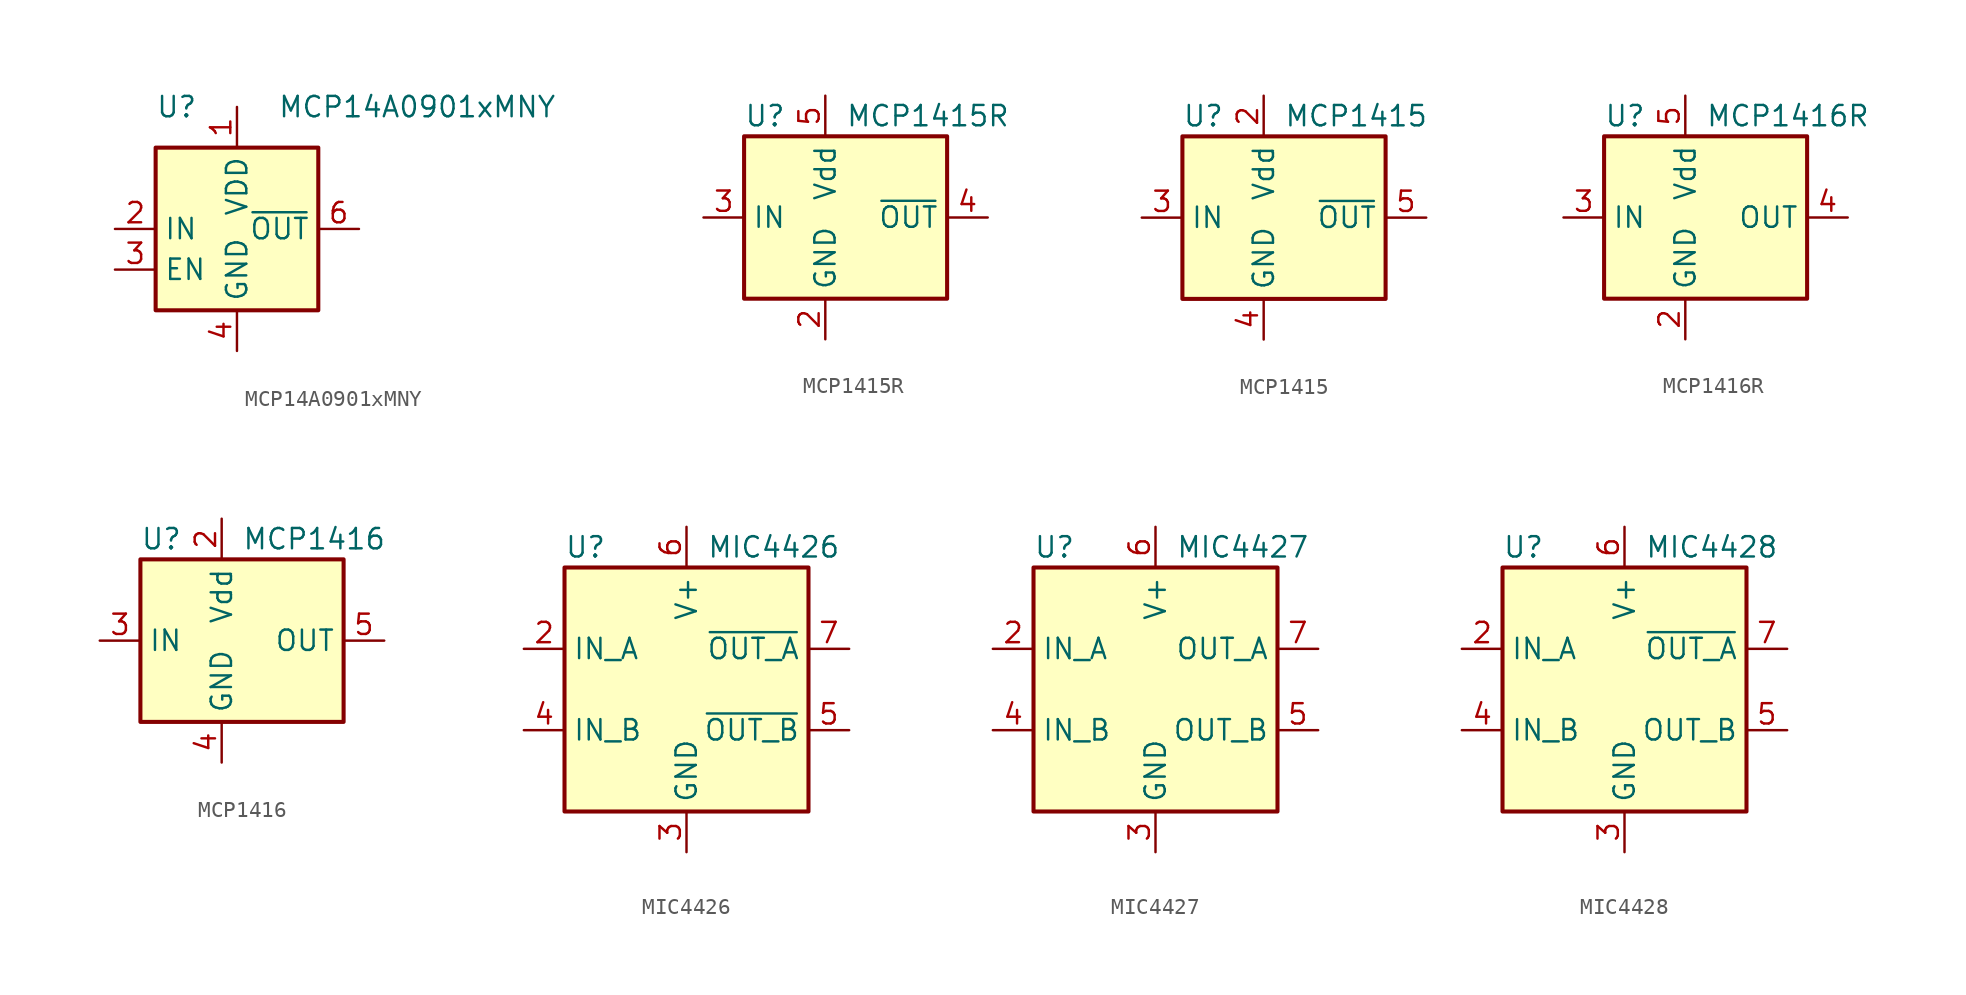
<source format=kicad_sym>
(kicad_symbol_lib
  (version 20201005)
  (generator kicad_symbol_editor)
  (symbol "Driver_FET:MCP14A0901xMNY"
    (property "Reference" "U"
      (at -5.08 7.62 0)
      (effects (font (size 1.27 1.27)) (justify left)))
    (property "Value" "MCP14A0901xMNY"
      (at 2.54 7.62 0)
      (effects (font (size 1.27 1.27)) (justify left)))
    (symbol "MCP14A0901xMNY_0_1"
      (rectangle (start -5.08 -5.08) (end 5.08 5.08) (stroke (width 0.254)) (fill (type background))))
    (symbol "MCP14A0901xMNY_1_1"
      (pin power_in line (at 0 7.62 270) (length 2.54) (name "VDD" (effects (font (size 1.27 1.27)))) (number "1" (effects (font (size 1.27 1.27)))))
      (pin input line (at -7.62 0 0) (length 2.54) (name "IN" (effects (font (size 1.27 1.27)))) (number "2" (effects (font (size 1.27 1.27)))))
      (pin input line (at -7.62 -2.54 0) (length 2.54) (name "EN" (effects (font (size 1.27 1.27)))) (number "3" (effects (font (size 1.27 1.27)))))
      (pin power_in line (at 0 -7.62 90) (length 2.54) (name "GND" (effects (font (size 1.27 1.27)))) (number "4" (effects (font (size 1.27 1.27)))))
      (pin passive line (at 0 -7.62 90) (length 2.54) hide (name "GND" (effects (font (size 1.27 1.27)))) (number "5" (effects (font (size 1.27 1.27)))))
      (pin output line (at 7.62 0 180) (length 2.54) (name "~OUT" (effects (font (size 1.27 1.27)))) (number "6" (effects (font (size 1.27 1.27)))))
      (pin passive line (at 7.62 0 180) (length 2.54) hide (name "~OUT" (effects (font (size 1.27 1.27)))) (number "7" (effects (font (size 1.27 1.27)))))
      (pin passive line (at 0 7.62 270) (length 2.54) hide (name "VDD" (effects (font (size 1.27 1.27)))) (number "8" (effects (font (size 1.27 1.27)))))
      (pin passive line (at 0 -7.62 90) (length 2.54) hide (name "GND" (effects (font (size 1.27 1.27)))) (number "9" (effects (font (size 1.27 1.27)))))))
  (symbol "Driver_FET:MCP1415R"
    (property "Reference" "U"
      (at -5.08 6.35 0)
      (effects (font (size 1.27 1.27)) (justify left)))
    (property "Value" "MCP1415R"
      (at 1.27 6.35 0)
      (effects (font (size 1.27 1.27)) (justify left)))
    (symbol "MCP1415R_0_1"
      (rectangle (start -5.08 5.08) (end 7.62 -5.08) (stroke (width 0.254)) (fill (type background))))
    (symbol "MCP1415R_1_1"
      (pin no_connect line (at 7.62 -2.54 180) (length 2.54) hide (name "NC" (effects (font (size 1.27 1.27)))) (number "1" (effects (font (size 1.27 1.27)))))
      (pin power_in line (at 0 -7.62 90) (length 2.54) (name "GND" (effects (font (size 1.27 1.27)))) (number "2" (effects (font (size 1.27 1.27)))))
      (pin input line (at -7.62 0 0) (length 2.54) (name "IN" (effects (font (size 1.27 1.27)))) (number "3" (effects (font (size 1.27 1.27)))))
      (pin output line (at 10.16 0 180) (length 2.54) (name "~OUT" (effects (font (size 1.27 1.27)))) (number "4" (effects (font (size 1.27 1.27)))))
      (pin power_in line (at 0 7.62 270) (length 2.54) (name "Vdd" (effects (font (size 1.27 1.27)))) (number "5" (effects (font (size 1.27 1.27)))))))
  (symbol "Driver_FET:MCP1415"
    (property "Reference" "U"
      (at -5.08 6.35 0)
      (effects (font (size 1.27 1.27)) (justify left)))
    (property "Value" "MCP1415"
      (at 1.27 6.35 0)
      (effects (font (size 1.27 1.27)) (justify left)))
    (symbol "MCP1415_0_1"
      (rectangle (start -5.08 5.08) (end 7.62 -5.08) (stroke (width 0.254)) (fill (type background))))
    (symbol "MCP1415_1_1"
      (pin no_connect line (at 7.62 -2.54 180) (length 2.54) hide (name "NC" (effects (font (size 1.27 1.27)))) (number "1" (effects (font (size 1.27 1.27)))))
      (pin power_in line (at 0 7.62 270) (length 2.54) (name "Vdd" (effects (font (size 1.27 1.27)))) (number "2" (effects (font (size 1.27 1.27)))))
      (pin input line (at -7.62 0 0) (length 2.54) (name "IN" (effects (font (size 1.27 1.27)))) (number "3" (effects (font (size 1.27 1.27)))))
      (pin power_in line (at 0 -7.62 90) (length 2.54) (name "GND" (effects (font (size 1.27 1.27)))) (number "4" (effects (font (size 1.27 1.27)))))
      (pin output line (at 10.16 0 180) (length 2.54) (name "~OUT" (effects (font (size 1.27 1.27)))) (number "5" (effects (font (size 1.27 1.27)))))))
  (symbol "Driver_FET:MCP1416R"
    (property "Reference" "U"
      (at -5.08 6.35 0)
      (effects (font (size 1.27 1.27)) (justify left)))
    (property "Value" "MCP1416R"
      (at 1.27 6.35 0)
      (effects (font (size 1.27 1.27)) (justify left)))
    (symbol "MCP1416R_0_1"
      (rectangle (start -5.08 5.08) (end 7.62 -5.08) (stroke (width 0.254)) (fill (type background))))
    (symbol "MCP1416R_1_1"
      (pin no_connect line (at 7.62 -2.54 180) (length 2.54) hide (name "NC" (effects (font (size 1.27 1.27)))) (number "1" (effects (font (size 1.27 1.27)))))
      (pin power_in line (at 0 -7.62 90) (length 2.54) (name "GND" (effects (font (size 1.27 1.27)))) (number "2" (effects (font (size 1.27 1.27)))))
      (pin input line (at -7.62 0 0) (length 2.54) (name "IN" (effects (font (size 1.27 1.27)))) (number "3" (effects (font (size 1.27 1.27)))))
      (pin output line (at 10.16 0 180) (length 2.54) (name "OUT" (effects (font (size 1.27 1.27)))) (number "4" (effects (font (size 1.27 1.27)))))
      (pin power_in line (at 0 7.62 270) (length 2.54) (name "Vdd" (effects (font (size 1.27 1.27)))) (number "5" (effects (font (size 1.27 1.27)))))))
  (symbol "Driver_FET:MCP1416"
    (property "Reference" "U"
      (at -5.08 6.35 0)
      (effects (font (size 1.27 1.27)) (justify left)))
    (property "Value" "MCP1416"
      (at 1.27 6.35 0)
      (effects (font (size 1.27 1.27)) (justify left)))
    (symbol "MCP1416_0_1"
      (rectangle (start -5.08 5.08) (end 7.62 -5.08) (stroke (width 0.254)) (fill (type background))))
    (symbol "MCP1416_1_1"
      (pin no_connect line (at 7.62 -2.54 180) (length 2.54) hide (name "NC" (effects (font (size 1.27 1.27)))) (number "1" (effects (font (size 1.27 1.27)))))
      (pin power_in line (at 0 7.62 270) (length 2.54) (name "Vdd" (effects (font (size 1.27 1.27)))) (number "2" (effects (font (size 1.27 1.27)))))
      (pin input line (at -7.62 0 0) (length 2.54) (name "IN" (effects (font (size 1.27 1.27)))) (number "3" (effects (font (size 1.27 1.27)))))
      (pin power_in line (at 0 -7.62 90) (length 2.54) (name "GND" (effects (font (size 1.27 1.27)))) (number "4" (effects (font (size 1.27 1.27)))))
      (pin output line (at 10.16 0 180) (length 2.54) (name "OUT" (effects (font (size 1.27 1.27)))) (number "5" (effects (font (size 1.27 1.27)))))))
  (symbol "Driver_FET:MIC4426"
    (property "Reference" "U"
      (at -7.62 8.89 0)
      (effects (font (size 1.27 1.27)) (justify left)))
    (property "Value" "MIC4426"
      (at 1.27 8.89 0)
      (effects (font (size 1.27 1.27)) (justify left)))
    (symbol "MIC4426_0_1"
      (rectangle (start -7.62 -7.62) (end 7.62 7.62) (stroke (width 0.254)) (fill (type background))))
    (symbol "MIC4426_1_1"
      (pin no_connect line (at -7.62 0 0) (length 2.54) hide (name "NC" (effects (font (size 1.27 1.27)))) (number "1" (effects (font (size 1.27 1.27)))))
      (pin input line (at -10.16 2.54 0) (length 2.54) (name "IN_A" (effects (font (size 1.27 1.27)))) (number "2" (effects (font (size 1.27 1.27)))))
      (pin power_in line (at 0 -10.16 90) (length 2.54) (name "GND" (effects (font (size 1.27 1.27)))) (number "3" (effects (font (size 1.27 1.27)))))
      (pin input line (at -10.16 -2.54 0) (length 2.54) (name "IN_B" (effects (font (size 1.27 1.27)))) (number "4" (effects (font (size 1.27 1.27)))))
      (pin output line (at 10.16 -2.54 180) (length 2.54) (name "~OUT_B" (effects (font (size 1.27 1.27)))) (number "5" (effects (font (size 1.27 1.27)))))
      (pin power_in line (at 0 10.16 270) (length 2.54) (name "V+" (effects (font (size 1.27 1.27)))) (number "6" (effects (font (size 1.27 1.27)))))
      (pin output line (at 10.16 2.54 180) (length 2.54) (name "~OUT_A" (effects (font (size 1.27 1.27)))) (number "7" (effects (font (size 1.27 1.27)))))
      (pin no_connect line (at 7.62 0 180) (length 2.54) hide (name "NC" (effects (font (size 1.27 1.27)))) (number "8" (effects (font (size 1.27 1.27)))))))
  (symbol "Driver_FET:MIC4427"
    (property "Reference" "U"
      (at -7.62 8.89 0)
      (effects (font (size 1.27 1.27)) (justify left)))
    (property "Value" "MIC4427"
      (at 1.27 8.89 0)
      (effects (font (size 1.27 1.27)) (justify left)))
    (symbol "MIC4427_0_1"
      (rectangle (start -7.62 -7.62) (end 7.62 7.62) (stroke (width 0.254)) (fill (type background))))
    (symbol "MIC4427_1_1"
      (pin no_connect line (at -7.62 0 0) (length 2.54) hide (name "NC" (effects (font (size 1.27 1.27)))) (number "1" (effects (font (size 1.27 1.27)))))
      (pin input line (at -10.16 2.54 0) (length 2.54) (name "IN_A" (effects (font (size 1.27 1.27)))) (number "2" (effects (font (size 1.27 1.27)))))
      (pin power_in line (at 0 -10.16 90) (length 2.54) (name "GND" (effects (font (size 1.27 1.27)))) (number "3" (effects (font (size 1.27 1.27)))))
      (pin input line (at -10.16 -2.54 0) (length 2.54) (name "IN_B" (effects (font (size 1.27 1.27)))) (number "4" (effects (font (size 1.27 1.27)))))
      (pin output line (at 10.16 -2.54 180) (length 2.54) (name "OUT_B" (effects (font (size 1.27 1.27)))) (number "5" (effects (font (size 1.27 1.27)))))
      (pin power_in line (at 0 10.16 270) (length 2.54) (name "V+" (effects (font (size 1.27 1.27)))) (number "6" (effects (font (size 1.27 1.27)))))
      (pin output line (at 10.16 2.54 180) (length 2.54) (name "OUT_A" (effects (font (size 1.27 1.27)))) (number "7" (effects (font (size 1.27 1.27)))))
      (pin no_connect line (at 7.62 0 180) (length 2.54) hide (name "NC" (effects (font (size 1.27 1.27)))) (number "8" (effects (font (size 1.27 1.27)))))))
  (symbol "Driver_FET:MIC4428"
    (property "Reference" "U"
      (at -7.62 8.89 0)
      (effects (font (size 1.27 1.27)) (justify left)))
    (property "Value" "MIC4428"
      (at 1.27 8.89 0)
      (effects (font (size 1.27 1.27)) (justify left)))
    (symbol "MIC4428_0_1"
      (rectangle (start -7.62 -7.62) (end 7.62 7.62) (stroke (width 0.254)) (fill (type background))))
    (symbol "MIC4428_1_1"
      (pin no_connect line (at -7.62 0 0) (length 2.54) hide (name "NC" (effects (font (size 1.27 1.27)))) (number "1" (effects (font (size 1.27 1.27)))))
      (pin input line (at -10.16 2.54 0) (length 2.54) (name "IN_A" (effects (font (size 1.27 1.27)))) (number "2" (effects (font (size 1.27 1.27)))))
      (pin power_in line (at 0 -10.16 90) (length 2.54) (name "GND" (effects (font (size 1.27 1.27)))) (number "3" (effects (font (size 1.27 1.27)))))
      (pin input line (at -10.16 -2.54 0) (length 2.54) (name "IN_B" (effects (font (size 1.27 1.27)))) (number "4" (effects (font (size 1.27 1.27)))))
      (pin output line (at 10.16 -2.54 180) (length 2.54) (name "OUT_B" (effects (font (size 1.27 1.27)))) (number "5" (effects (font (size 1.27 1.27)))))
      (pin power_in line (at 0 10.16 270) (length 2.54) (name "V+" (effects (font (size 1.27 1.27)))) (number "6" (effects (font (size 1.27 1.27)))))
      (pin output line (at 10.16 2.54 180) (length 2.54) (name "~OUT_A" (effects (font (size 1.27 1.27)))) (number "7" (effects (font (size 1.27 1.27)))))
      (pin no_connect line (at 7.62 0 180) (length 2.54) hide (name "NC" (effects (font (size 1.27 1.27)))) (number "8" (effects (font (size 1.27 1.27))))))))
</source>
